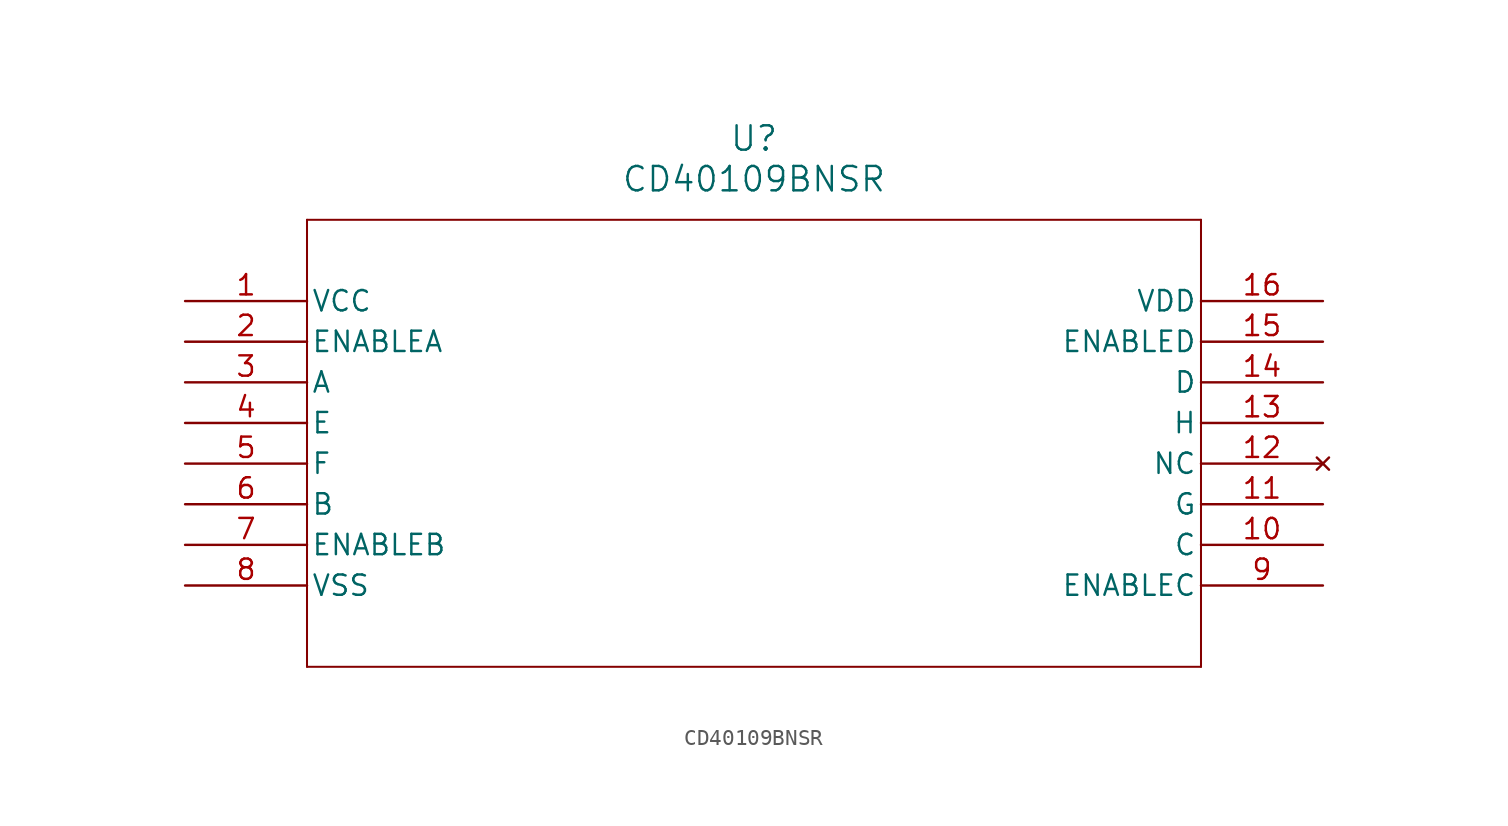
<source format=kicad_sym>
(kicad_symbol_lib
  (version 20220914)
  (generator kicad_symbol_editor)
  (symbol "CD40109BNSR"
    (pin_names
      (offset 0.254))
    (property "Reference" "U"
      (at 35.56 10.16 0)
      (effects (font (size 1.524 1.524))))
    (property "Value" "CD40109BNSR"
      (at 35.56 7.62 0)
      (effects (font (size 1.524 1.524))))
    (property "ki_locked" ""
      (at 0 0 0)
      (effects (font (size 1.27 1.27))))
    (symbol "CD40109BNSR_0_1"
      (polyline (pts (xy 7.62 -22.86) (xy 63.5 -22.86)) (stroke (width 0.127) (type default)) (fill (type none)))
      (polyline (pts (xy 7.62 5.08) (xy 7.62 -22.86)) (stroke (width 0.127) (type default)) (fill (type none)))
      (polyline (pts (xy 63.5 -22.86) (xy 63.5 5.08)) (stroke (width 0.127) (type default)) (fill (type none)))
      (polyline (pts (xy 63.5 5.08) (xy 7.62 5.08)) (stroke (width 0.127) (type default)) (fill (type none)))
      (pin power_in line (at 0 0 0) (length 7.62) (name "VCC" (effects (font (size 1.27 1.27)))) (number "1" (effects (font (size 1.27 1.27)))))
      (pin input line (at 71.12 -15.24 180) (length 7.62) (name "C" (effects (font (size 1.27 1.27)))) (number "10" (effects (font (size 1.27 1.27)))))
      (pin output line (at 71.12 -12.7 180) (length 7.62) (name "G" (effects (font (size 1.27 1.27)))) (number "11" (effects (font (size 1.27 1.27)))))
      (pin no_connect line (at 71.12 -10.16 180) (length 7.62) (name "NC" (effects (font (size 1.27 1.27)))) (number "12" (effects (font (size 1.27 1.27)))))
      (pin output line (at 71.12 -7.62 180) (length 7.62) (name "H" (effects (font (size 1.27 1.27)))) (number "13" (effects (font (size 1.27 1.27)))))
      (pin input line (at 71.12 -5.08 180) (length 7.62) (name "D" (effects (font (size 1.27 1.27)))) (number "14" (effects (font (size 1.27 1.27)))))
      (pin input line (at 71.12 -2.54 180) (length 7.62) (name "ENABLED" (effects (font (size 1.27 1.27)))) (number "15" (effects (font (size 1.27 1.27)))))
      (pin power_in line (at 71.12 0 180) (length 7.62) (name "VDD" (effects (font (size 1.27 1.27)))) (number "16" (effects (font (size 1.27 1.27)))))
      (pin input line (at 0 -2.54 0) (length 7.62) (name "ENABLEA" (effects (font (size 1.27 1.27)))) (number "2" (effects (font (size 1.27 1.27)))))
      (pin input line (at 0 -5.08 0) (length 7.62) (name "A" (effects (font (size 1.27 1.27)))) (number "3" (effects (font (size 1.27 1.27)))))
      (pin output line (at 0 -7.62 0) (length 7.62) (name "E" (effects (font (size 1.27 1.27)))) (number "4" (effects (font (size 1.27 1.27)))))
      (pin output line (at 0 -10.16 0) (length 7.62) (name "F" (effects (font (size 1.27 1.27)))) (number "5" (effects (font (size 1.27 1.27)))))
      (pin input line (at 0 -12.7 0) (length 7.62) (name "B" (effects (font (size 1.27 1.27)))) (number "6" (effects (font (size 1.27 1.27)))))
      (pin input line (at 0 -15.24 0) (length 7.62) (name "ENABLEB" (effects (font (size 1.27 1.27)))) (number "7" (effects (font (size 1.27 1.27)))))
      (pin power_in line (at 0 -17.78 0) (length 7.62) (name "VSS" (effects (font (size 1.27 1.27)))) (number "8" (effects (font (size 1.27 1.27)))))
      (pin input line (at 71.12 -17.78 180) (length 7.62) (name "ENABLEC" (effects (font (size 1.27 1.27)))) (number "9" (effects (font (size 1.27 1.27))))))))
</source>
